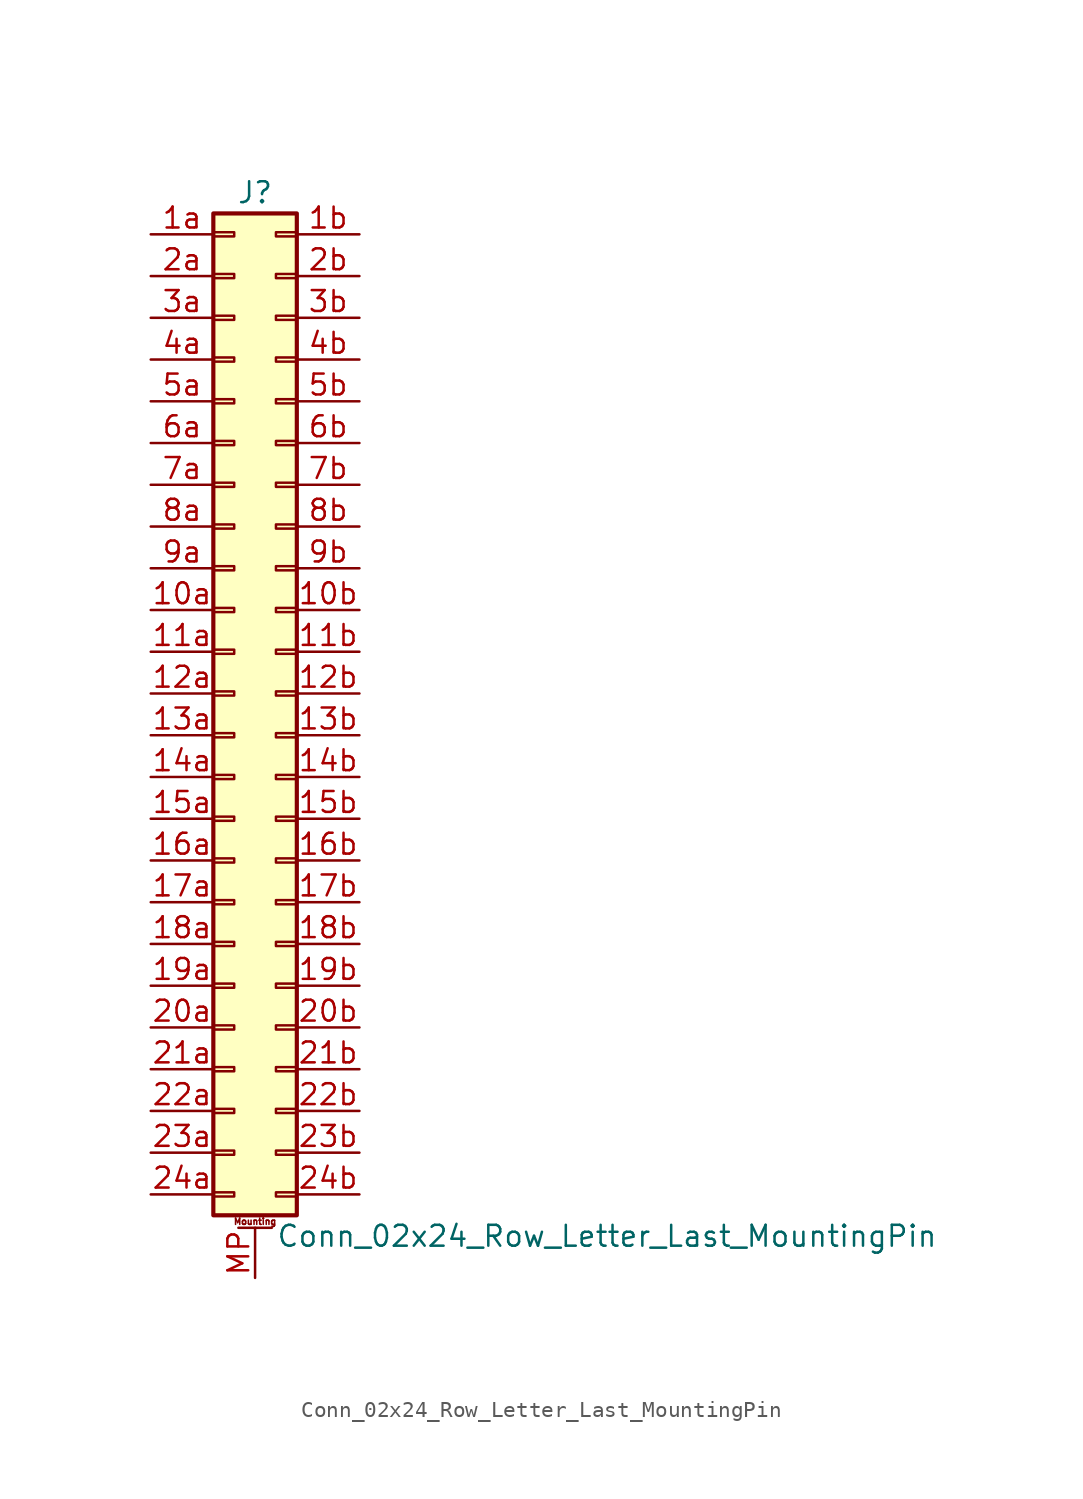
<source format=kicad_sym>
(kicad_symbol_lib
  (version 20211014)
  (generator kicad_symbol_editor)
  (symbol "Conn_02x24_Row_Letter_Last_MountingPin"
    (pin_names
      (offset 1.016) hide)
    (property "Reference" "J"
      (at 1.27 30.48 0)
      (effects (font (size 1.27 1.27))))
    (property "Value" "Conn_02x24_Row_Letter_Last_MountingPin"
      (at 2.54 -33.02 0)
      (effects (font (size 1.27 1.27)) (justify left)))
    (symbol "Conn_02x24_Row_Letter_Last_MountingPin_1_1"
      (rectangle (start -1.27 -30.353) (end 0 -30.607) (stroke (width 0.152) (type default) (color 0 0 0 0)) (fill (type none)))
      (rectangle (start -1.27 -27.813) (end 0 -28.067) (stroke (width 0.152) (type default) (color 0 0 0 0)) (fill (type none)))
      (rectangle (start -1.27 -25.273) (end 0 -25.527) (stroke (width 0.152) (type default) (color 0 0 0 0)) (fill (type none)))
      (rectangle (start -1.27 -22.733) (end 0 -22.987) (stroke (width 0.152) (type default) (color 0 0 0 0)) (fill (type none)))
      (rectangle (start -1.27 -20.193) (end 0 -20.447) (stroke (width 0.152) (type default) (color 0 0 0 0)) (fill (type none)))
      (rectangle (start -1.27 -17.653) (end 0 -17.907) (stroke (width 0.152) (type default) (color 0 0 0 0)) (fill (type none)))
      (rectangle (start -1.27 -15.113) (end 0 -15.367) (stroke (width 0.152) (type default) (color 0 0 0 0)) (fill (type none)))
      (rectangle (start -1.27 -12.573) (end 0 -12.827) (stroke (width 0.152) (type default) (color 0 0 0 0)) (fill (type none)))
      (rectangle (start -1.27 -10.033) (end 0 -10.287) (stroke (width 0.152) (type default) (color 0 0 0 0)) (fill (type none)))
      (rectangle (start -1.27 -7.493) (end 0 -7.747) (stroke (width 0.152) (type default) (color 0 0 0 0)) (fill (type none)))
      (rectangle (start -1.27 -4.953) (end 0 -5.207) (stroke (width 0.152) (type default) (color 0 0 0 0)) (fill (type none)))
      (rectangle (start -1.27 -2.413) (end 0 -2.667) (stroke (width 0.152) (type default) (color 0 0 0 0)) (fill (type none)))
      (rectangle (start -1.27 0.127) (end 0 -0.127) (stroke (width 0.152) (type default) (color 0 0 0 0)) (fill (type none)))
      (rectangle (start -1.27 2.667) (end 0 2.413) (stroke (width 0.152) (type default) (color 0 0 0 0)) (fill (type none)))
      (rectangle (start -1.27 5.207) (end 0 4.953) (stroke (width 0.152) (type default) (color 0 0 0 0)) (fill (type none)))
      (rectangle (start -1.27 7.747) (end 0 7.493) (stroke (width 0.152) (type default) (color 0 0 0 0)) (fill (type none)))
      (rectangle (start -1.27 10.287) (end 0 10.033) (stroke (width 0.152) (type default) (color 0 0 0 0)) (fill (type none)))
      (rectangle (start -1.27 12.827) (end 0 12.573) (stroke (width 0.152) (type default) (color 0 0 0 0)) (fill (type none)))
      (rectangle (start -1.27 15.367) (end 0 15.113) (stroke (width 0.152) (type default) (color 0 0 0 0)) (fill (type none)))
      (rectangle (start -1.27 17.907) (end 0 17.653) (stroke (width 0.152) (type default) (color 0 0 0 0)) (fill (type none)))
      (rectangle (start -1.27 20.447) (end 0 20.193) (stroke (width 0.152) (type default) (color 0 0 0 0)) (fill (type none)))
      (rectangle (start -1.27 22.987) (end 0 22.733) (stroke (width 0.152) (type default) (color 0 0 0 0)) (fill (type none)))
      (rectangle (start -1.27 25.527) (end 0 25.273) (stroke (width 0.152) (type default) (color 0 0 0 0)) (fill (type none)))
      (rectangle (start -1.27 28.067) (end 0 27.813) (stroke (width 0.152) (type default) (color 0 0 0 0)) (fill (type none)))
      (rectangle (start -1.27 29.21) (end 3.81 -31.75) (stroke (width 0.254) (type default) (color 0 0 0 0)) (fill (type background)))
      (polyline (pts (xy 0.254 -32.512) (xy 2.286 -32.512)) (stroke (width 0.152) (type default) (color 0 0 0 0)) (fill (type none)))
      (rectangle (start 3.81 -30.353) (end 2.54 -30.607) (stroke (width 0.152) (type default) (color 0 0 0 0)) (fill (type none)))
      (rectangle (start 3.81 -27.813) (end 2.54 -28.067) (stroke (width 0.152) (type default) (color 0 0 0 0)) (fill (type none)))
      (rectangle (start 3.81 -25.273) (end 2.54 -25.527) (stroke (width 0.152) (type default) (color 0 0 0 0)) (fill (type none)))
      (rectangle (start 3.81 -22.733) (end 2.54 -22.987) (stroke (width 0.152) (type default) (color 0 0 0 0)) (fill (type none)))
      (rectangle (start 3.81 -20.193) (end 2.54 -20.447) (stroke (width 0.152) (type default) (color 0 0 0 0)) (fill (type none)))
      (rectangle (start 3.81 -17.653) (end 2.54 -17.907) (stroke (width 0.152) (type default) (color 0 0 0 0)) (fill (type none)))
      (rectangle (start 3.81 -15.113) (end 2.54 -15.367) (stroke (width 0.152) (type default) (color 0 0 0 0)) (fill (type none)))
      (rectangle (start 3.81 -12.573) (end 2.54 -12.827) (stroke (width 0.152) (type default) (color 0 0 0 0)) (fill (type none)))
      (rectangle (start 3.81 -10.033) (end 2.54 -10.287) (stroke (width 0.152) (type default) (color 0 0 0 0)) (fill (type none)))
      (rectangle (start 3.81 -7.493) (end 2.54 -7.747) (stroke (width 0.152) (type default) (color 0 0 0 0)) (fill (type none)))
      (rectangle (start 3.81 -4.953) (end 2.54 -5.207) (stroke (width 0.152) (type default) (color 0 0 0 0)) (fill (type none)))
      (rectangle (start 3.81 -2.413) (end 2.54 -2.667) (stroke (width 0.152) (type default) (color 0 0 0 0)) (fill (type none)))
      (rectangle (start 3.81 0.127) (end 2.54 -0.127) (stroke (width 0.152) (type default) (color 0 0 0 0)) (fill (type none)))
      (rectangle (start 3.81 2.667) (end 2.54 2.413) (stroke (width 0.152) (type default) (color 0 0 0 0)) (fill (type none)))
      (rectangle (start 3.81 5.207) (end 2.54 4.953) (stroke (width 0.152) (type default) (color 0 0 0 0)) (fill (type none)))
      (rectangle (start 3.81 7.747) (end 2.54 7.493) (stroke (width 0.152) (type default) (color 0 0 0 0)) (fill (type none)))
      (rectangle (start 3.81 10.287) (end 2.54 10.033) (stroke (width 0.152) (type default) (color 0 0 0 0)) (fill (type none)))
      (rectangle (start 3.81 12.827) (end 2.54 12.573) (stroke (width 0.152) (type default) (color 0 0 0 0)) (fill (type none)))
      (rectangle (start 3.81 15.367) (end 2.54 15.113) (stroke (width 0.152) (type default) (color 0 0 0 0)) (fill (type none)))
      (rectangle (start 3.81 17.907) (end 2.54 17.653) (stroke (width 0.152) (type default) (color 0 0 0 0)) (fill (type none)))
      (rectangle (start 3.81 20.447) (end 2.54 20.193) (stroke (width 0.152) (type default) (color 0 0 0 0)) (fill (type none)))
      (rectangle (start 3.81 22.987) (end 2.54 22.733) (stroke (width 0.152) (type default) (color 0 0 0 0)) (fill (type none)))
      (rectangle (start 3.81 25.527) (end 2.54 25.273) (stroke (width 0.152) (type default) (color 0 0 0 0)) (fill (type none)))
      (rectangle (start 3.81 28.067) (end 2.54 27.813) (stroke (width 0.152) (type default) (color 0 0 0 0)) (fill (type none)))
      (text "Mounting" (at 1.27 -32.131 0) (effects (font (size 0.381 0.381))))
      (pin passive line (at -5.08 5.08 0) (length 3.81) (name "Pin_10a" (effects (font (size 1.27 1.27)))) (number "10a" (effects (font (size 1.27 1.27)))))
      (pin passive line (at 7.62 5.08 180) (length 3.81) (name "Pin_10b" (effects (font (size 1.27 1.27)))) (number "10b" (effects (font (size 1.27 1.27)))))
      (pin passive line (at -5.08 2.54 0) (length 3.81) (name "Pin_11a" (effects (font (size 1.27 1.27)))) (number "11a" (effects (font (size 1.27 1.27)))))
      (pin passive line (at 7.62 2.54 180) (length 3.81) (name "Pin_11b" (effects (font (size 1.27 1.27)))) (number "11b" (effects (font (size 1.27 1.27)))))
      (pin passive line (at -5.08 0 0) (length 3.81) (name "Pin_12a" (effects (font (size 1.27 1.27)))) (number "12a" (effects (font (size 1.27 1.27)))))
      (pin passive line (at 7.62 0 180) (length 3.81) (name "Pin_12b" (effects (font (size 1.27 1.27)))) (number "12b" (effects (font (size 1.27 1.27)))))
      (pin passive line (at -5.08 -2.54 0) (length 3.81) (name "Pin_13a" (effects (font (size 1.27 1.27)))) (number "13a" (effects (font (size 1.27 1.27)))))
      (pin passive line (at 7.62 -2.54 180) (length 3.81) (name "Pin_13b" (effects (font (size 1.27 1.27)))) (number "13b" (effects (font (size 1.27 1.27)))))
      (pin passive line (at -5.08 -5.08 0) (length 3.81) (name "Pin_14a" (effects (font (size 1.27 1.27)))) (number "14a" (effects (font (size 1.27 1.27)))))
      (pin passive line (at 7.62 -5.08 180) (length 3.81) (name "Pin_14b" (effects (font (size 1.27 1.27)))) (number "14b" (effects (font (size 1.27 1.27)))))
      (pin passive line (at -5.08 -7.62 0) (length 3.81) (name "Pin_15a" (effects (font (size 1.27 1.27)))) (number "15a" (effects (font (size 1.27 1.27)))))
      (pin passive line (at 7.62 -7.62 180) (length 3.81) (name "Pin_15b" (effects (font (size 1.27 1.27)))) (number "15b" (effects (font (size 1.27 1.27)))))
      (pin passive line (at -5.08 -10.16 0) (length 3.81) (name "Pin_16a" (effects (font (size 1.27 1.27)))) (number "16a" (effects (font (size 1.27 1.27)))))
      (pin passive line (at 7.62 -10.16 180) (length 3.81) (name "Pin_16b" (effects (font (size 1.27 1.27)))) (number "16b" (effects (font (size 1.27 1.27)))))
      (pin passive line (at -5.08 -12.7 0) (length 3.81) (name "Pin_17a" (effects (font (size 1.27 1.27)))) (number "17a" (effects (font (size 1.27 1.27)))))
      (pin passive line (at 7.62 -12.7 180) (length 3.81) (name "Pin_17b" (effects (font (size 1.27 1.27)))) (number "17b" (effects (font (size 1.27 1.27)))))
      (pin passive line (at -5.08 -15.24 0) (length 3.81) (name "Pin_18a" (effects (font (size 1.27 1.27)))) (number "18a" (effects (font (size 1.27 1.27)))))
      (pin passive line (at 7.62 -15.24 180) (length 3.81) (name "Pin_18b" (effects (font (size 1.27 1.27)))) (number "18b" (effects (font (size 1.27 1.27)))))
      (pin passive line (at -5.08 -17.78 0) (length 3.81) (name "Pin_19a" (effects (font (size 1.27 1.27)))) (number "19a" (effects (font (size 1.27 1.27)))))
      (pin passive line (at 7.62 -17.78 180) (length 3.81) (name "Pin_19b" (effects (font (size 1.27 1.27)))) (number "19b" (effects (font (size 1.27 1.27)))))
      (pin passive line (at -5.08 27.94 0) (length 3.81) (name "Pin_1a" (effects (font (size 1.27 1.27)))) (number "1a" (effects (font (size 1.27 1.27)))))
      (pin passive line (at 7.62 27.94 180) (length 3.81) (name "Pin_1b" (effects (font (size 1.27 1.27)))) (number "1b" (effects (font (size 1.27 1.27)))))
      (pin passive line (at -5.08 -20.32 0) (length 3.81) (name "Pin_20a" (effects (font (size 1.27 1.27)))) (number "20a" (effects (font (size 1.27 1.27)))))
      (pin passive line (at 7.62 -20.32 180) (length 3.81) (name "Pin_20b" (effects (font (size 1.27 1.27)))) (number "20b" (effects (font (size 1.27 1.27)))))
      (pin passive line (at -5.08 -22.86 0) (length 3.81) (name "Pin_21a" (effects (font (size 1.27 1.27)))) (number "21a" (effects (font (size 1.27 1.27)))))
      (pin passive line (at 7.62 -22.86 180) (length 3.81) (name "Pin_21b" (effects (font (size 1.27 1.27)))) (number "21b" (effects (font (size 1.27 1.27)))))
      (pin passive line (at -5.08 -25.4 0) (length 3.81) (name "Pin_22a" (effects (font (size 1.27 1.27)))) (number "22a" (effects (font (size 1.27 1.27)))))
      (pin passive line (at 7.62 -25.4 180) (length 3.81) (name "Pin_22b" (effects (font (size 1.27 1.27)))) (number "22b" (effects (font (size 1.27 1.27)))))
      (pin passive line (at -5.08 -27.94 0) (length 3.81) (name "Pin_23a" (effects (font (size 1.27 1.27)))) (number "23a" (effects (font (size 1.27 1.27)))))
      (pin passive line (at 7.62 -27.94 180) (length 3.81) (name "Pin_23b" (effects (font (size 1.27 1.27)))) (number "23b" (effects (font (size 1.27 1.27)))))
      (pin passive line (at -5.08 -30.48 0) (length 3.81) (name "Pin_24a" (effects (font (size 1.27 1.27)))) (number "24a" (effects (font (size 1.27 1.27)))))
      (pin passive line (at 7.62 -30.48 180) (length 3.81) (name "Pin_24b" (effects (font (size 1.27 1.27)))) (number "24b" (effects (font (size 1.27 1.27)))))
      (pin passive line (at -5.08 25.4 0) (length 3.81) (name "Pin_2a" (effects (font (size 1.27 1.27)))) (number "2a" (effects (font (size 1.27 1.27)))))
      (pin passive line (at 7.62 25.4 180) (length 3.81) (name "Pin_2b" (effects (font (size 1.27 1.27)))) (number "2b" (effects (font (size 1.27 1.27)))))
      (pin passive line (at -5.08 22.86 0) (length 3.81) (name "Pin_3a" (effects (font (size 1.27 1.27)))) (number "3a" (effects (font (size 1.27 1.27)))))
      (pin passive line (at 7.62 22.86 180) (length 3.81) (name "Pin_3b" (effects (font (size 1.27 1.27)))) (number "3b" (effects (font (size 1.27 1.27)))))
      (pin passive line (at -5.08 20.32 0) (length 3.81) (name "Pin_4a" (effects (font (size 1.27 1.27)))) (number "4a" (effects (font (size 1.27 1.27)))))
      (pin passive line (at 7.62 20.32 180) (length 3.81) (name "Pin_4b" (effects (font (size 1.27 1.27)))) (number "4b" (effects (font (size 1.27 1.27)))))
      (pin passive line (at -5.08 17.78 0) (length 3.81) (name "Pin_5a" (effects (font (size 1.27 1.27)))) (number "5a" (effects (font (size 1.27 1.27)))))
      (pin passive line (at 7.62 17.78 180) (length 3.81) (name "Pin_5b" (effects (font (size 1.27 1.27)))) (number "5b" (effects (font (size 1.27 1.27)))))
      (pin passive line (at -5.08 15.24 0) (length 3.81) (name "Pin_6a" (effects (font (size 1.27 1.27)))) (number "6a" (effects (font (size 1.27 1.27)))))
      (pin passive line (at 7.62 15.24 180) (length 3.81) (name "Pin_6b" (effects (font (size 1.27 1.27)))) (number "6b" (effects (font (size 1.27 1.27)))))
      (pin passive line (at -5.08 12.7 0) (length 3.81) (name "Pin_7a" (effects (font (size 1.27 1.27)))) (number "7a" (effects (font (size 1.27 1.27)))))
      (pin passive line (at 7.62 12.7 180) (length 3.81) (name "Pin_7b" (effects (font (size 1.27 1.27)))) (number "7b" (effects (font (size 1.27 1.27)))))
      (pin passive line (at -5.08 10.16 0) (length 3.81) (name "Pin_8a" (effects (font (size 1.27 1.27)))) (number "8a" (effects (font (size 1.27 1.27)))))
      (pin passive line (at 7.62 10.16 180) (length 3.81) (name "Pin_8b" (effects (font (size 1.27 1.27)))) (number "8b" (effects (font (size 1.27 1.27)))))
      (pin passive line (at -5.08 7.62 0) (length 3.81) (name "Pin_9a" (effects (font (size 1.27 1.27)))) (number "9a" (effects (font (size 1.27 1.27)))))
      (pin passive line (at 7.62 7.62 180) (length 3.81) (name "Pin_9b" (effects (font (size 1.27 1.27)))) (number "9b" (effects (font (size 1.27 1.27)))))
      (pin passive line (at 1.27 -35.56 90) (length 3.048) (name "MountPin" (effects (font (size 1.27 1.27)))) (number "MP" (effects (font (size 1.27 1.27))))))))
</source>
